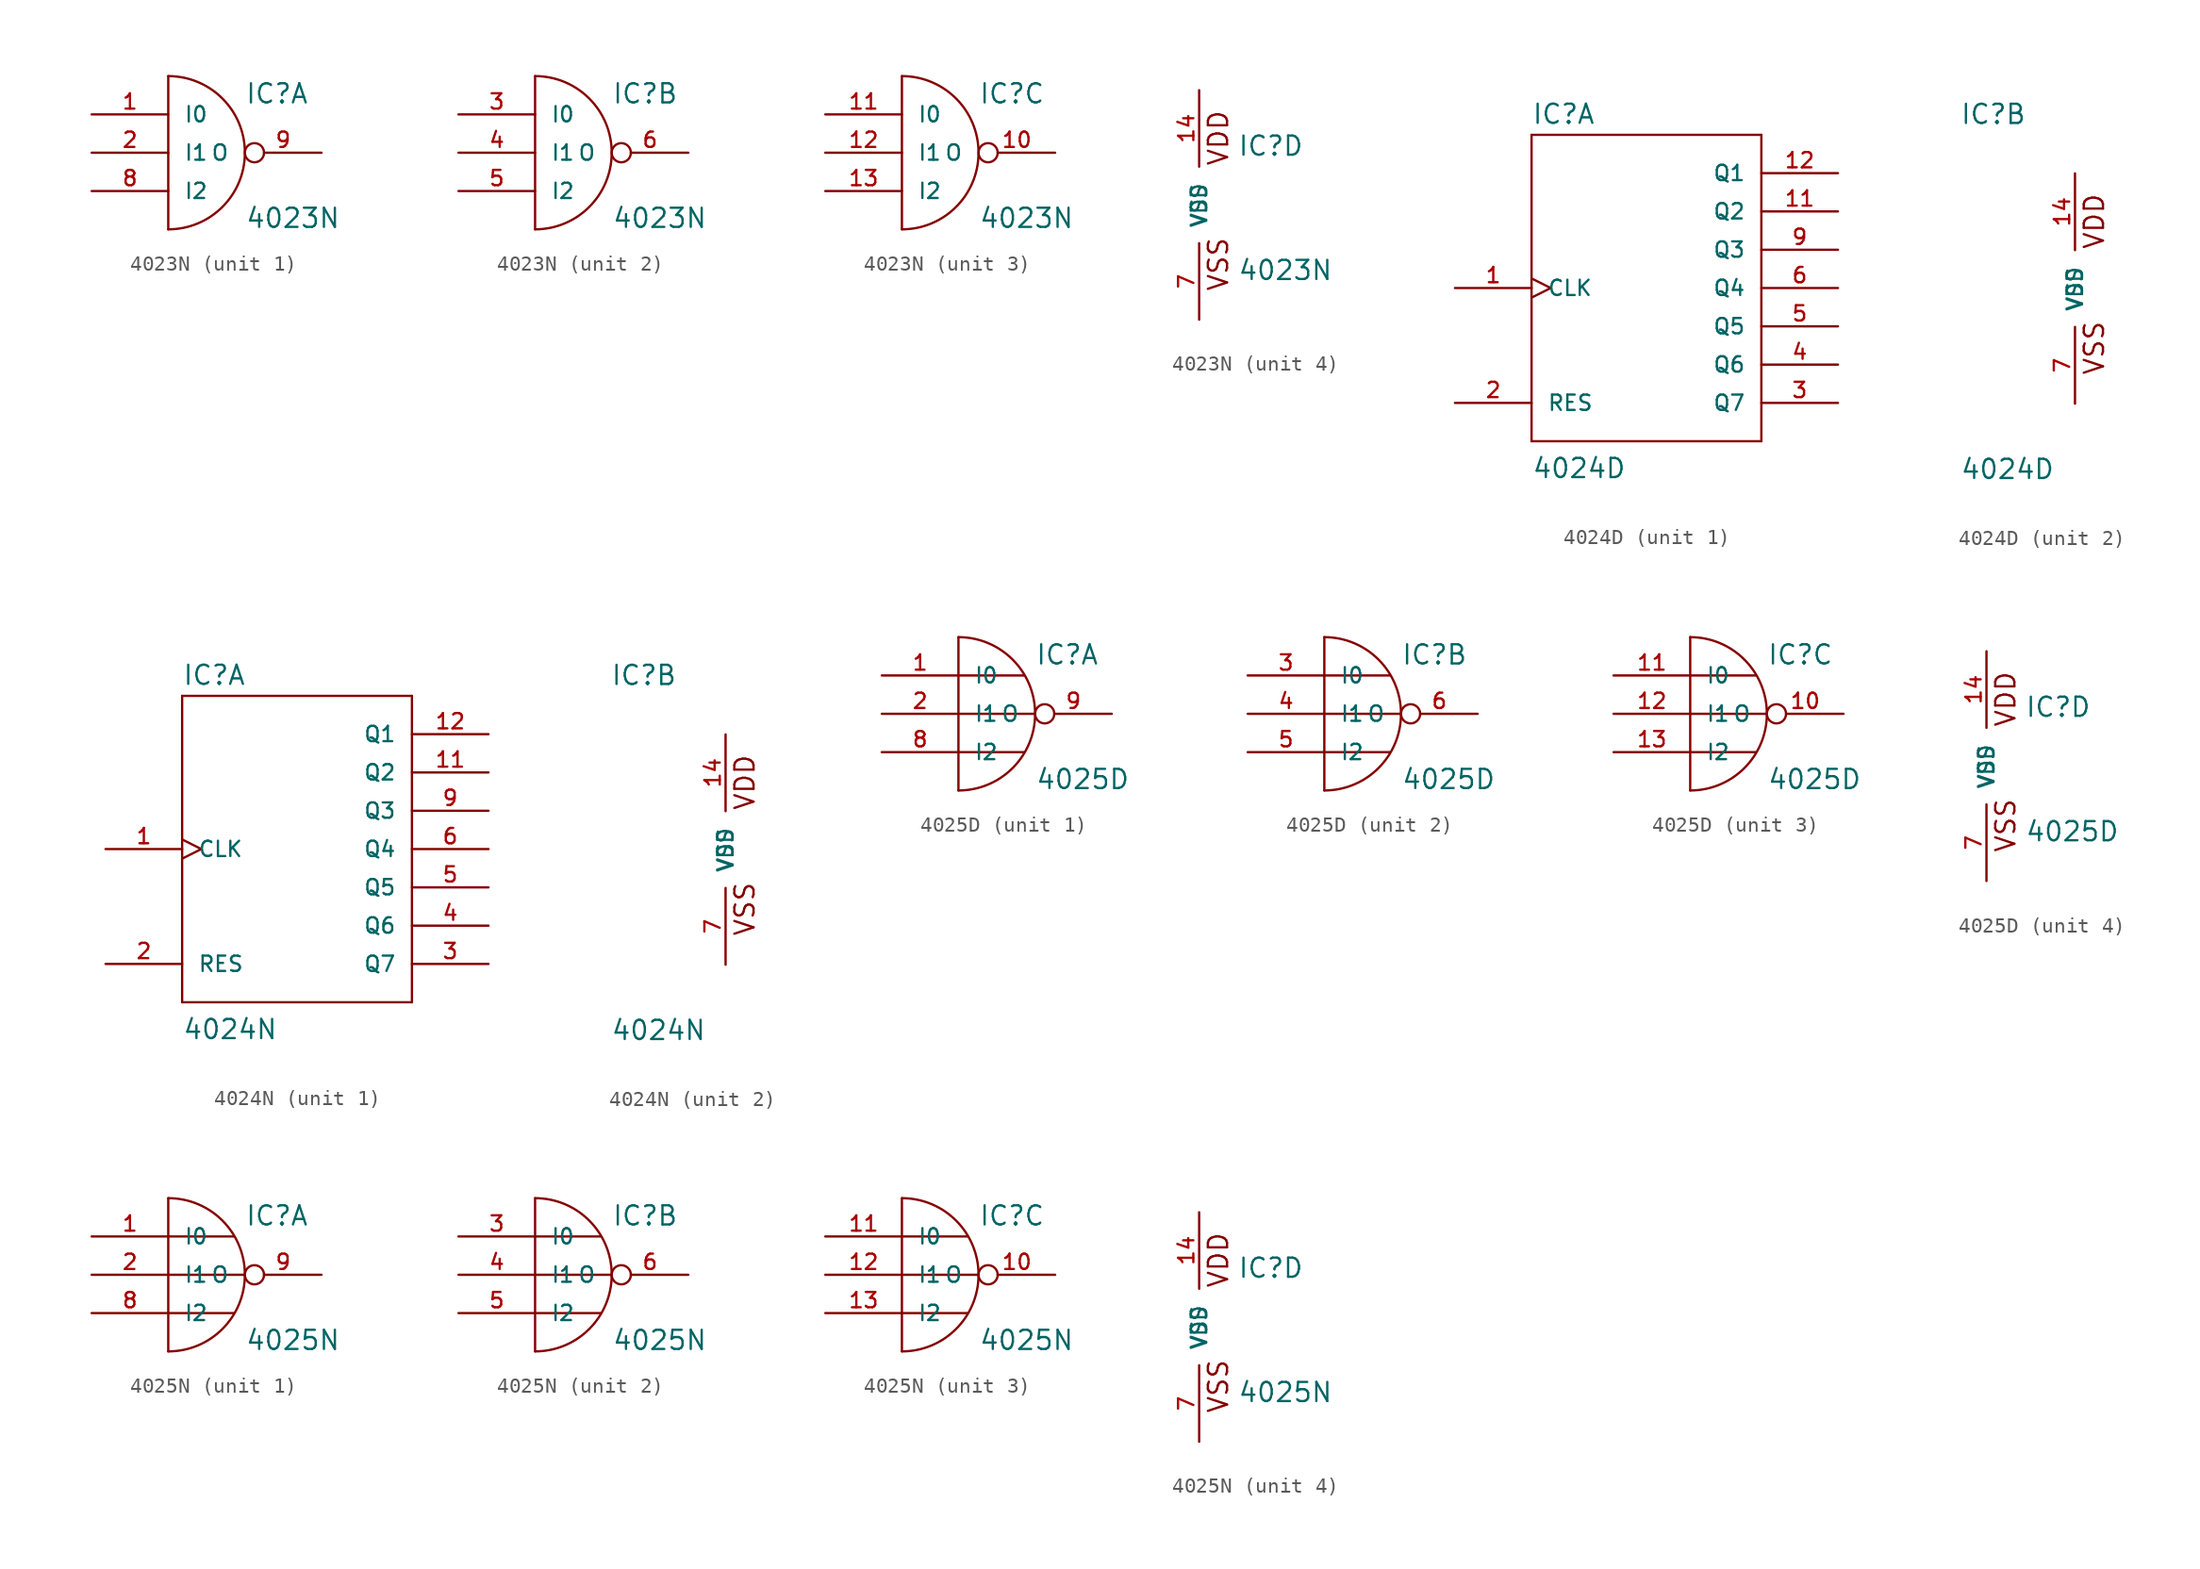
<source format=kicad_sym>
(kicad_symbol_lib
  (version 20211014)
  (generator kicad_symbol_editor)
  (symbol "4023N"
    (pin_names
      (offset 1.016))
    (property "Reference" "IC"
      (at 2.54 3.175 0)
      (effects (font (size 1.27 1.27)) (justify left bottom)))
    (property "Value" "4023N"
      (at 2.54 -5.08 0)
      (effects (font (size 1.27 1.27)) (justify left bottom)))
    (property "ki_locked" ""
      (at 0 0 0)
      (effects (font (size 1.27 1.27))))
    (symbol "4023N_1_0"
      (polyline (pts (xy -2.54 5.08) (xy -2.54 -5.08)) (stroke (width 0) (type default) (color 0 0 0 0)) (fill (type none))))
    (symbol "4023N_1_1"
      (arc (start -2.54 -5.08) (mid 2.54 0) (end -2.54 5.08) (stroke (width 0) (type default) (color 0 0 0 0)) (fill (type none)))
      (pin input line (at -7.62 2.54 0) (length 5.08) (name "I0" (effects (font (size 1.016 1.016)))) (number "1" (effects (font (size 1.016 1.016)))))
      (pin input line (at -7.62 0 0) (length 5.08) (name "I1" (effects (font (size 1.016 1.016)))) (number "2" (effects (font (size 1.016 1.016)))))
      (pin input line (at -7.62 -2.54 0) (length 5.08) (name "I2" (effects (font (size 1.016 1.016)))) (number "8" (effects (font (size 1.016 1.016)))))
      (pin output inverted (at 7.62 0 180) (length 5.08) (name "O" (effects (font (size 1.016 1.016)))) (number "9" (effects (font (size 1.016 1.016))))))
    (symbol "4023N_2_0"
      (polyline (pts (xy -2.54 5.08) (xy -2.54 -5.08)) (stroke (width 0) (type default) (color 0 0 0 0)) (fill (type none))))
    (symbol "4023N_2_1"
      (arc (start -2.54 -5.08) (mid 2.54 0) (end -2.54 5.08) (stroke (width 0) (type default) (color 0 0 0 0)) (fill (type none)))
      (pin input line (at -7.62 2.54 0) (length 5.08) (name "I0" (effects (font (size 1.016 1.016)))) (number "3" (effects (font (size 1.016 1.016)))))
      (pin input line (at -7.62 0 0) (length 5.08) (name "I1" (effects (font (size 1.016 1.016)))) (number "4" (effects (font (size 1.016 1.016)))))
      (pin input line (at -7.62 -2.54 0) (length 5.08) (name "I2" (effects (font (size 1.016 1.016)))) (number "5" (effects (font (size 1.016 1.016)))))
      (pin output inverted (at 7.62 0 180) (length 5.08) (name "O" (effects (font (size 1.016 1.016)))) (number "6" (effects (font (size 1.016 1.016))))))
    (symbol "4023N_3_0"
      (polyline (pts (xy -2.54 5.08) (xy -2.54 -5.08)) (stroke (width 0) (type default) (color 0 0 0 0)) (fill (type none))))
    (symbol "4023N_3_1"
      (arc (start -2.54 -5.08) (mid 2.54 0) (end -2.54 5.08) (stroke (width 0) (type default) (color 0 0 0 0)) (fill (type none)))
      (pin output inverted (at 7.62 0 180) (length 5.08) (name "O" (effects (font (size 1.016 1.016)))) (number "10" (effects (font (size 1.016 1.016)))))
      (pin input line (at -7.62 2.54 0) (length 5.08) (name "I0" (effects (font (size 1.016 1.016)))) (number "11" (effects (font (size 1.016 1.016)))))
      (pin input line (at -7.62 0 0) (length 5.08) (name "I1" (effects (font (size 1.016 1.016)))) (number "12" (effects (font (size 1.016 1.016)))))
      (pin input line (at -7.62 -2.54 0) (length 5.08) (name "I2" (effects (font (size 1.016 1.016)))) (number "13" (effects (font (size 1.016 1.016))))))
    (symbol "4023N_4_0"
      (text "VDD" (at 1.27 4.445 1) (effects (font (size 1.27 1.27))))
      (text "VSS" (at 1.27 -3.937 1) (effects (font (size 1.27 1.27)))))
    (symbol "4023N_4_1"
      (pin power_in line (at 0 7.62 270) (length 5.08) (name "VDD" (effects (font (size 1.016 1.016)))) (number "14" (effects (font (size 1.016 1.016)))))
      (pin power_in line (at 0 -7.62 90) (length 5.08) (name "VSS" (effects (font (size 1.016 1.016)))) (number "7" (effects (font (size 1.016 1.016)))))))
  (symbol "4024D"
    (pin_names
      (offset 1.016))
    (property "Reference" "IC"
      (at -7.62 10.795 0)
      (effects (font (size 1.27 1.27)) (justify left bottom)))
    (property "Value" "4024D"
      (at -7.62 -12.7 0)
      (effects (font (size 1.27 1.27)) (justify left bottom)))
    (property "ki_locked" ""
      (at 0 0 0)
      (effects (font (size 1.27 1.27))))
    (symbol "4024D_1_0"
      (polyline (pts (xy -7.62 -10.16) (xy 7.62 -10.16)) (stroke (width 0) (type default) (color 0 0 0 0)) (fill (type none)))
      (polyline (pts (xy -7.62 10.16) (xy -7.62 -10.16)) (stroke (width 0) (type default) (color 0 0 0 0)) (fill (type none)))
      (polyline (pts (xy 7.62 -10.16) (xy 7.62 10.16)) (stroke (width 0) (type default) (color 0 0 0 0)) (fill (type none)))
      (polyline (pts (xy 7.62 10.16) (xy -7.62 10.16)) (stroke (width 0) (type default) (color 0 0 0 0)) (fill (type none))))
    (symbol "4024D_1_1"
      (pin input clock (at -12.7 0 0) (length 5.08) (name "CLK" (effects (font (size 1.016 1.016)))) (number "1" (effects (font (size 1.016 1.016)))))
      (pin output line (at 12.7 5.08 180) (length 5.08) (name "Q2" (effects (font (size 1.016 1.016)))) (number "11" (effects (font (size 1.016 1.016)))))
      (pin output line (at 12.7 7.62 180) (length 5.08) (name "Q1" (effects (font (size 1.016 1.016)))) (number "12" (effects (font (size 1.016 1.016)))))
      (pin input line (at -12.7 -7.62 0) (length 5.08) (name "RES" (effects (font (size 1.016 1.016)))) (number "2" (effects (font (size 1.016 1.016)))))
      (pin output line (at 12.7 -7.62 180) (length 5.08) (name "Q7" (effects (font (size 1.016 1.016)))) (number "3" (effects (font (size 1.016 1.016)))))
      (pin output line (at 12.7 -5.08 180) (length 5.08) (name "Q6" (effects (font (size 1.016 1.016)))) (number "4" (effects (font (size 1.016 1.016)))))
      (pin output line (at 12.7 -2.54 180) (length 5.08) (name "Q5" (effects (font (size 1.016 1.016)))) (number "5" (effects (font (size 1.016 1.016)))))
      (pin output line (at 12.7 0 180) (length 5.08) (name "Q4" (effects (font (size 1.016 1.016)))) (number "6" (effects (font (size 1.016 1.016)))))
      (pin output line (at 12.7 2.54 180) (length 5.08) (name "Q3" (effects (font (size 1.016 1.016)))) (number "9" (effects (font (size 1.016 1.016))))))
    (symbol "4024D_2_0"
      (text "VDD" (at 1.27 4.445 1) (effects (font (size 1.27 1.27))))
      (text "VSS" (at 1.27 -3.937 1) (effects (font (size 1.27 1.27)))))
    (symbol "4024D_2_1"
      (pin power_in line (at 0 7.62 270) (length 5.08) (name "VDD" (effects (font (size 1.016 1.016)))) (number "14" (effects (font (size 1.016 1.016)))))
      (pin power_in line (at 0 -7.62 90) (length 5.08) (name "VSS" (effects (font (size 1.016 1.016)))) (number "7" (effects (font (size 1.016 1.016)))))))
  (symbol "4024N"
    (pin_names
      (offset 1.016))
    (property "Reference" "IC"
      (at -7.62 10.795 0)
      (effects (font (size 1.27 1.27)) (justify left bottom)))
    (property "Value" "4024N"
      (at -7.62 -12.7 0)
      (effects (font (size 1.27 1.27)) (justify left bottom)))
    (property "ki_locked" ""
      (at 0 0 0)
      (effects (font (size 1.27 1.27))))
    (symbol "4024N_1_0"
      (polyline (pts (xy -7.62 -10.16) (xy 7.62 -10.16)) (stroke (width 0) (type default) (color 0 0 0 0)) (fill (type none)))
      (polyline (pts (xy -7.62 10.16) (xy -7.62 -10.16)) (stroke (width 0) (type default) (color 0 0 0 0)) (fill (type none)))
      (polyline (pts (xy 7.62 -10.16) (xy 7.62 10.16)) (stroke (width 0) (type default) (color 0 0 0 0)) (fill (type none)))
      (polyline (pts (xy 7.62 10.16) (xy -7.62 10.16)) (stroke (width 0) (type default) (color 0 0 0 0)) (fill (type none))))
    (symbol "4024N_1_1"
      (pin input clock (at -12.7 0 0) (length 5.08) (name "CLK" (effects (font (size 1.016 1.016)))) (number "1" (effects (font (size 1.016 1.016)))))
      (pin output line (at 12.7 5.08 180) (length 5.08) (name "Q2" (effects (font (size 1.016 1.016)))) (number "11" (effects (font (size 1.016 1.016)))))
      (pin output line (at 12.7 7.62 180) (length 5.08) (name "Q1" (effects (font (size 1.016 1.016)))) (number "12" (effects (font (size 1.016 1.016)))))
      (pin input line (at -12.7 -7.62 0) (length 5.08) (name "RES" (effects (font (size 1.016 1.016)))) (number "2" (effects (font (size 1.016 1.016)))))
      (pin output line (at 12.7 -7.62 180) (length 5.08) (name "Q7" (effects (font (size 1.016 1.016)))) (number "3" (effects (font (size 1.016 1.016)))))
      (pin output line (at 12.7 -5.08 180) (length 5.08) (name "Q6" (effects (font (size 1.016 1.016)))) (number "4" (effects (font (size 1.016 1.016)))))
      (pin output line (at 12.7 -2.54 180) (length 5.08) (name "Q5" (effects (font (size 1.016 1.016)))) (number "5" (effects (font (size 1.016 1.016)))))
      (pin output line (at 12.7 0 180) (length 5.08) (name "Q4" (effects (font (size 1.016 1.016)))) (number "6" (effects (font (size 1.016 1.016)))))
      (pin output line (at 12.7 2.54 180) (length 5.08) (name "Q3" (effects (font (size 1.016 1.016)))) (number "9" (effects (font (size 1.016 1.016))))))
    (symbol "4024N_2_0"
      (text "VDD" (at 1.27 4.445 1) (effects (font (size 1.27 1.27))))
      (text "VSS" (at 1.27 -3.937 1) (effects (font (size 1.27 1.27)))))
    (symbol "4024N_2_1"
      (pin power_in line (at 0 7.62 270) (length 5.08) (name "VDD" (effects (font (size 1.016 1.016)))) (number "14" (effects (font (size 1.016 1.016)))))
      (pin power_in line (at 0 -7.62 90) (length 5.08) (name "VSS" (effects (font (size 1.016 1.016)))) (number "7" (effects (font (size 1.016 1.016)))))))
  (symbol "4025D"
    (pin_names
      (offset 1.016))
    (property "Reference" "IC"
      (at 2.54 3.175 0)
      (effects (font (size 1.27 1.27)) (justify left bottom)))
    (property "Value" "4025D"
      (at 2.54 -5.08 0)
      (effects (font (size 1.27 1.27)) (justify left bottom)))
    (property "ki_locked" ""
      (at 0 0 0)
      (effects (font (size 1.27 1.27))))
    (symbol "4025D_1_0"
      (polyline (pts (xy -2.54 -2.54) (xy 1.778 -2.54)) (stroke (width 0) (type default) (color 0 0 0 0)) (fill (type none)))
      (polyline (pts (xy -2.54 0) (xy 2.54 0)) (stroke (width 0) (type default) (color 0 0 0 0)) (fill (type none)))
      (polyline (pts (xy -2.54 2.54) (xy 1.778 2.54)) (stroke (width 0) (type default) (color 0 0 0 0)) (fill (type none)))
      (polyline (pts (xy -2.54 5.08) (xy -2.54 -5.08)) (stroke (width 0) (type default) (color 0 0 0 0)) (fill (type none))))
    (symbol "4025D_1_1"
      (arc (start -2.54 -5.08) (mid 2.54 0) (end -2.54 5.08) (stroke (width 0) (type default) (color 0 0 0 0)) (fill (type none)))
      (pin input line (at -7.62 2.54 0) (length 5.08) (name "I0" (effects (font (size 1.016 1.016)))) (number "1" (effects (font (size 1.016 1.016)))))
      (pin input line (at -7.62 0 0) (length 5.08) (name "I1" (effects (font (size 1.016 1.016)))) (number "2" (effects (font (size 1.016 1.016)))))
      (pin input line (at -7.62 -2.54 0) (length 5.08) (name "I2" (effects (font (size 1.016 1.016)))) (number "8" (effects (font (size 1.016 1.016)))))
      (pin output inverted (at 7.62 0 180) (length 5.08) (name "O" (effects (font (size 1.016 1.016)))) (number "9" (effects (font (size 1.016 1.016))))))
    (symbol "4025D_2_0"
      (polyline (pts (xy -2.54 -2.54) (xy 1.778 -2.54)) (stroke (width 0) (type default) (color 0 0 0 0)) (fill (type none)))
      (polyline (pts (xy -2.54 0) (xy 2.54 0)) (stroke (width 0) (type default) (color 0 0 0 0)) (fill (type none)))
      (polyline (pts (xy -2.54 2.54) (xy 1.778 2.54)) (stroke (width 0) (type default) (color 0 0 0 0)) (fill (type none)))
      (polyline (pts (xy -2.54 5.08) (xy -2.54 -5.08)) (stroke (width 0) (type default) (color 0 0 0 0)) (fill (type none))))
    (symbol "4025D_2_1"
      (arc (start -2.54 -5.08) (mid 2.54 0) (end -2.54 5.08) (stroke (width 0) (type default) (color 0 0 0 0)) (fill (type none)))
      (pin input line (at -7.62 2.54 0) (length 5.08) (name "I0" (effects (font (size 1.016 1.016)))) (number "3" (effects (font (size 1.016 1.016)))))
      (pin input line (at -7.62 0 0) (length 5.08) (name "I1" (effects (font (size 1.016 1.016)))) (number "4" (effects (font (size 1.016 1.016)))))
      (pin input line (at -7.62 -2.54 0) (length 5.08) (name "I2" (effects (font (size 1.016 1.016)))) (number "5" (effects (font (size 1.016 1.016)))))
      (pin output inverted (at 7.62 0 180) (length 5.08) (name "O" (effects (font (size 1.016 1.016)))) (number "6" (effects (font (size 1.016 1.016))))))
    (symbol "4025D_3_0"
      (polyline (pts (xy -2.54 -2.54) (xy 1.778 -2.54)) (stroke (width 0) (type default) (color 0 0 0 0)) (fill (type none)))
      (polyline (pts (xy -2.54 0) (xy 2.54 0)) (stroke (width 0) (type default) (color 0 0 0 0)) (fill (type none)))
      (polyline (pts (xy -2.54 2.54) (xy 1.778 2.54)) (stroke (width 0) (type default) (color 0 0 0 0)) (fill (type none)))
      (polyline (pts (xy -2.54 5.08) (xy -2.54 -5.08)) (stroke (width 0) (type default) (color 0 0 0 0)) (fill (type none))))
    (symbol "4025D_3_1"
      (arc (start -2.54 -5.08) (mid 2.54 0) (end -2.54 5.08) (stroke (width 0) (type default) (color 0 0 0 0)) (fill (type none)))
      (pin output inverted (at 7.62 0 180) (length 5.08) (name "O" (effects (font (size 1.016 1.016)))) (number "10" (effects (font (size 1.016 1.016)))))
      (pin input line (at -7.62 2.54 0) (length 5.08) (name "I0" (effects (font (size 1.016 1.016)))) (number "11" (effects (font (size 1.016 1.016)))))
      (pin input line (at -7.62 0 0) (length 5.08) (name "I1" (effects (font (size 1.016 1.016)))) (number "12" (effects (font (size 1.016 1.016)))))
      (pin input line (at -7.62 -2.54 0) (length 5.08) (name "I2" (effects (font (size 1.016 1.016)))) (number "13" (effects (font (size 1.016 1.016))))))
    (symbol "4025D_4_0"
      (text "VDD" (at 1.27 4.445 1) (effects (font (size 1.27 1.27))))
      (text "VSS" (at 1.27 -3.937 1) (effects (font (size 1.27 1.27)))))
    (symbol "4025D_4_1"
      (pin power_in line (at 0 7.62 270) (length 5.08) (name "VDD" (effects (font (size 1.016 1.016)))) (number "14" (effects (font (size 1.016 1.016)))))
      (pin power_in line (at 0 -7.62 90) (length 5.08) (name "VSS" (effects (font (size 1.016 1.016)))) (number "7" (effects (font (size 1.016 1.016)))))))
  (symbol "4025N"
    (pin_names
      (offset 1.016))
    (property "Reference" "IC"
      (at 2.54 3.175 0)
      (effects (font (size 1.27 1.27)) (justify left bottom)))
    (property "Value" "4025N"
      (at 2.54 -5.08 0)
      (effects (font (size 1.27 1.27)) (justify left bottom)))
    (property "ki_locked" ""
      (at 0 0 0)
      (effects (font (size 1.27 1.27))))
    (symbol "4025N_1_0"
      (polyline (pts (xy -2.54 -2.54) (xy 1.778 -2.54)) (stroke (width 0) (type default) (color 0 0 0 0)) (fill (type none)))
      (polyline (pts (xy -2.54 0) (xy 2.54 0)) (stroke (width 0) (type default) (color 0 0 0 0)) (fill (type none)))
      (polyline (pts (xy -2.54 2.54) (xy 1.778 2.54)) (stroke (width 0) (type default) (color 0 0 0 0)) (fill (type none)))
      (polyline (pts (xy -2.54 5.08) (xy -2.54 -5.08)) (stroke (width 0) (type default) (color 0 0 0 0)) (fill (type none))))
    (symbol "4025N_1_1"
      (arc (start -2.54 -5.08) (mid 2.54 0) (end -2.54 5.08) (stroke (width 0) (type default) (color 0 0 0 0)) (fill (type none)))
      (pin input line (at -7.62 2.54 0) (length 5.08) (name "I0" (effects (font (size 1.016 1.016)))) (number "1" (effects (font (size 1.016 1.016)))))
      (pin input line (at -7.62 0 0) (length 5.08) (name "I1" (effects (font (size 1.016 1.016)))) (number "2" (effects (font (size 1.016 1.016)))))
      (pin input line (at -7.62 -2.54 0) (length 5.08) (name "I2" (effects (font (size 1.016 1.016)))) (number "8" (effects (font (size 1.016 1.016)))))
      (pin output inverted (at 7.62 0 180) (length 5.08) (name "O" (effects (font (size 1.016 1.016)))) (number "9" (effects (font (size 1.016 1.016))))))
    (symbol "4025N_2_0"
      (polyline (pts (xy -2.54 -2.54) (xy 1.778 -2.54)) (stroke (width 0) (type default) (color 0 0 0 0)) (fill (type none)))
      (polyline (pts (xy -2.54 0) (xy 2.54 0)) (stroke (width 0) (type default) (color 0 0 0 0)) (fill (type none)))
      (polyline (pts (xy -2.54 2.54) (xy 1.778 2.54)) (stroke (width 0) (type default) (color 0 0 0 0)) (fill (type none)))
      (polyline (pts (xy -2.54 5.08) (xy -2.54 -5.08)) (stroke (width 0) (type default) (color 0 0 0 0)) (fill (type none))))
    (symbol "4025N_2_1"
      (arc (start -2.54 -5.08) (mid 2.54 0) (end -2.54 5.08) (stroke (width 0) (type default) (color 0 0 0 0)) (fill (type none)))
      (pin input line (at -7.62 2.54 0) (length 5.08) (name "I0" (effects (font (size 1.016 1.016)))) (number "3" (effects (font (size 1.016 1.016)))))
      (pin input line (at -7.62 0 0) (length 5.08) (name "I1" (effects (font (size 1.016 1.016)))) (number "4" (effects (font (size 1.016 1.016)))))
      (pin input line (at -7.62 -2.54 0) (length 5.08) (name "I2" (effects (font (size 1.016 1.016)))) (number "5" (effects (font (size 1.016 1.016)))))
      (pin output inverted (at 7.62 0 180) (length 5.08) (name "O" (effects (font (size 1.016 1.016)))) (number "6" (effects (font (size 1.016 1.016))))))
    (symbol "4025N_3_0"
      (polyline (pts (xy -2.54 -2.54) (xy 1.778 -2.54)) (stroke (width 0) (type default) (color 0 0 0 0)) (fill (type none)))
      (polyline (pts (xy -2.54 0) (xy 2.54 0)) (stroke (width 0) (type default) (color 0 0 0 0)) (fill (type none)))
      (polyline (pts (xy -2.54 2.54) (xy 1.778 2.54)) (stroke (width 0) (type default) (color 0 0 0 0)) (fill (type none)))
      (polyline (pts (xy -2.54 5.08) (xy -2.54 -5.08)) (stroke (width 0) (type default) (color 0 0 0 0)) (fill (type none))))
    (symbol "4025N_3_1"
      (arc (start -2.54 -5.08) (mid 2.54 0) (end -2.54 5.08) (stroke (width 0) (type default) (color 0 0 0 0)) (fill (type none)))
      (pin output inverted (at 7.62 0 180) (length 5.08) (name "O" (effects (font (size 1.016 1.016)))) (number "10" (effects (font (size 1.016 1.016)))))
      (pin input line (at -7.62 2.54 0) (length 5.08) (name "I0" (effects (font (size 1.016 1.016)))) (number "11" (effects (font (size 1.016 1.016)))))
      (pin input line (at -7.62 0 0) (length 5.08) (name "I1" (effects (font (size 1.016 1.016)))) (number "12" (effects (font (size 1.016 1.016)))))
      (pin input line (at -7.62 -2.54 0) (length 5.08) (name "I2" (effects (font (size 1.016 1.016)))) (number "13" (effects (font (size 1.016 1.016))))))
    (symbol "4025N_4_0"
      (text "VDD" (at 1.27 4.445 1) (effects (font (size 1.27 1.27))))
      (text "VSS" (at 1.27 -3.937 1) (effects (font (size 1.27 1.27)))))
    (symbol "4025N_4_1"
      (pin power_in line (at 0 7.62 270) (length 5.08) (name "VDD" (effects (font (size 1.016 1.016)))) (number "14" (effects (font (size 1.016 1.016)))))
      (pin power_in line (at 0 -7.62 90) (length 5.08) (name "VSS" (effects (font (size 1.016 1.016)))) (number "7" (effects (font (size 1.016 1.016))))))))
</source>
